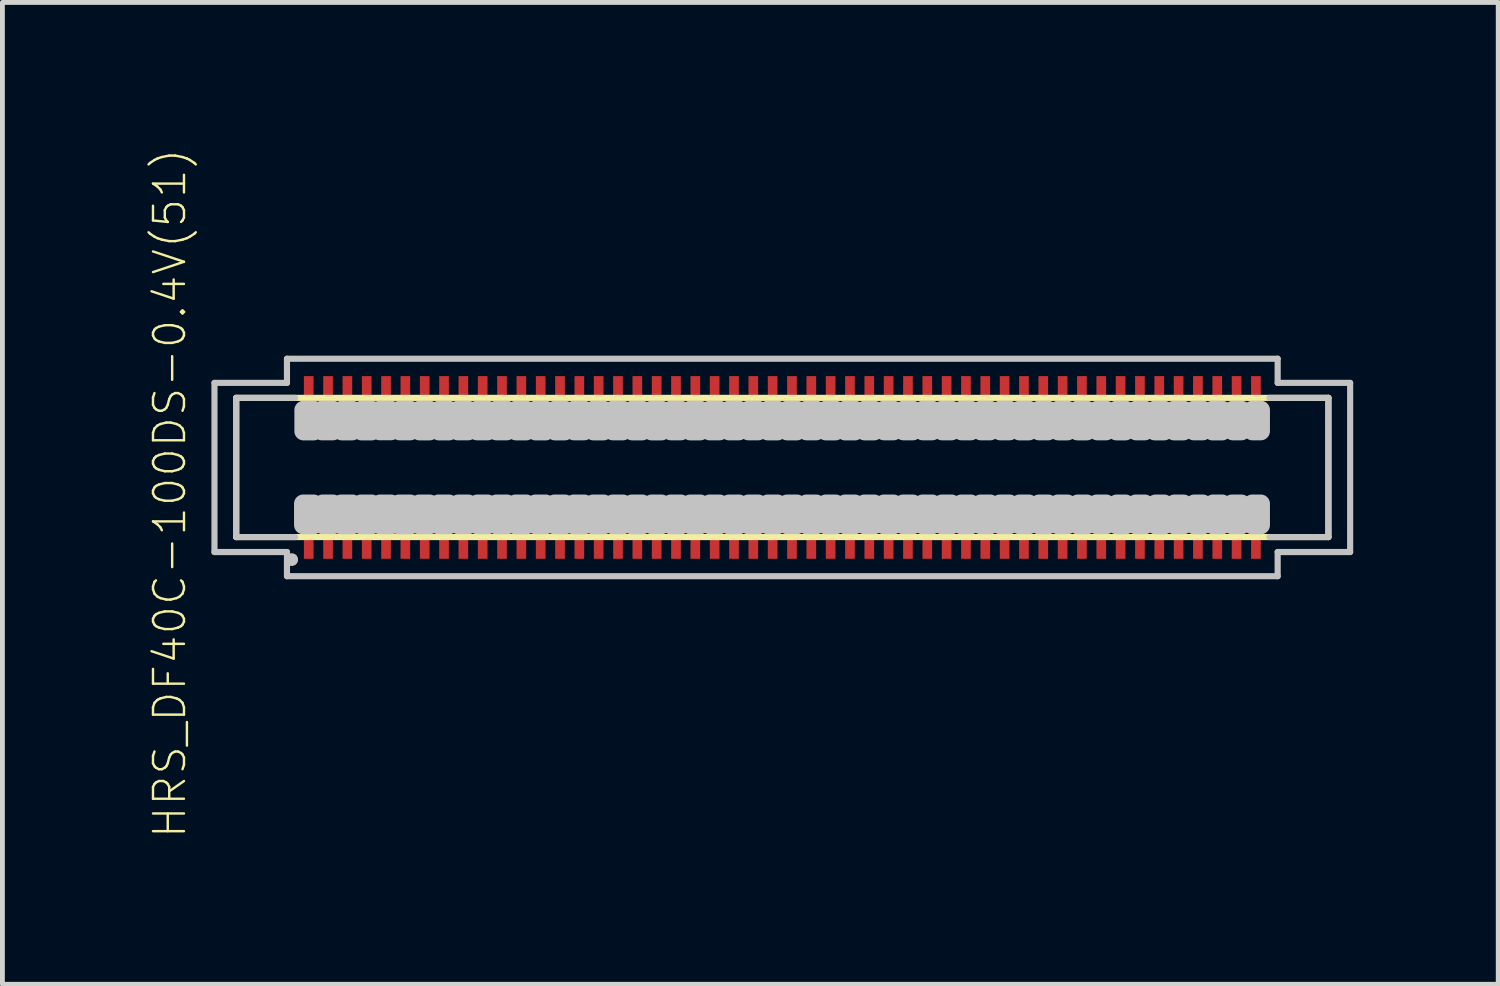
<source format=kicad_pcb>
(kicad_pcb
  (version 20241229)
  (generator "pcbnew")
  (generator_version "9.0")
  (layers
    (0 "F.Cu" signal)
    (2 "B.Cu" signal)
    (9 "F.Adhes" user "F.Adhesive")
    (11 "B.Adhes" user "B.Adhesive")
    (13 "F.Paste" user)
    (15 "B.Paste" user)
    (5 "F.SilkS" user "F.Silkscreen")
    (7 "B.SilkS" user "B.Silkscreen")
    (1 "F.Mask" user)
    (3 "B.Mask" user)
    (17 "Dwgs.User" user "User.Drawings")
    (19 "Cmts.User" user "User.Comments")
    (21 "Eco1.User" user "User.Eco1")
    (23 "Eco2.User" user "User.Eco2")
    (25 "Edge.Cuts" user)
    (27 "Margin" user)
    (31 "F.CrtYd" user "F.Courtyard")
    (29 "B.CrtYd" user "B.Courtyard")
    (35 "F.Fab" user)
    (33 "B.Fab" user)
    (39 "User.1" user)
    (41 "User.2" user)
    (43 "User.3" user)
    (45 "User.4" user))
  (footprint "HRS_DF40C-100DS-0.4V(51)"
    (layer "F.Cu")
    (at 13.138 6.623)
    (property "Reference" "HRS_DF40C-100DS-0.4V(51)" (at -12.675 0.536 90) (layer "F.SilkS") (effects (font (size 0.641 0.641) (thickness 0.05))))
    (attr smd)
    (fp_line (start -11.3 -1.44) (end 11.3 -1.44) (stroke (width 0.127) (type solid)) (layer "F.SilkS"))
    (fp_line (start -11.3 1.44) (end -11.3 -1.44) (stroke (width 0.127) (type solid)) (layer "F.SilkS"))
    (fp_line (start 11.3 -1.44) (end 11.3 1.44) (stroke (width 0.127) (type solid)) (layer "F.SilkS"))
    (fp_line (start 11.3 1.44) (end -11.3 1.44) (stroke (width 0.127) (type solid)) (layer "F.SilkS"))
    (fp_line (start -11.75 -1.75) (end -11.75 1.75) (stroke (width 0.127) (type solid)) (layer "Dwgs.User"))
    (fp_line (start -11.75 1.75) (end -10.25 1.75) (stroke (width 0.127) (type solid)) (layer "Dwgs.User"))
    (fp_line (start -11.3 -1.44) (end -10.08 -1.44) (stroke (width 0.127) (type solid)) (layer "Dwgs.User"))
    (fp_line (start -11.3 1.44) (end -11.3 -1.44) (stroke (width 0.127) (type solid)) (layer "Dwgs.User"))
    (fp_line (start -10.25 -2.25) (end -10.25 -1.75) (stroke (width 0.127) (type solid)) (layer "Dwgs.User"))
    (fp_line (start -10.25 -1.75) (end -11.75 -1.75) (stroke (width 0.127) (type solid)) (layer "Dwgs.User"))
    (fp_line (start -10.25 1.75) (end -10.25 2.25) (stroke (width 0.127) (type solid)) (layer "Dwgs.User"))
    (fp_line (start -10.25 2.25) (end 10.25 2.25) (stroke (width 0.127) (type solid)) (layer "Dwgs.User"))
    (fp_line (start -10.16 1.905) (end -10.149 1.905) (stroke (width 0.25) (type solid)) (layer "Dwgs.User"))
    (fp_line (start -10.149 1.905) (end -10.149 1.911) (stroke (width 0.25) (type solid)) (layer "Dwgs.User"))
    (fp_line (start -10.08 1.44) (end -11.3 1.44) (stroke (width 0.127) (type solid)) (layer "Dwgs.User"))
    (fp_line (start 10.08 -1.44) (end 11.3 -1.44) (stroke (width 0.127) (type solid)) (layer "Dwgs.User"))
    (fp_line (start 10.25 -2.25) (end -10.25 -2.25) (stroke (width 0.127) (type solid)) (layer "Dwgs.User"))
    (fp_line (start 10.25 -1.75) (end 10.25 -2.25) (stroke (width 0.127) (type solid)) (layer "Dwgs.User"))
    (fp_line (start 10.25 1.75) (end 11.75 1.75) (stroke (width 0.127) (type solid)) (layer "Dwgs.User"))
    (fp_line (start 10.25 2.25) (end 10.25 1.75) (stroke (width 0.127) (type solid)) (layer "Dwgs.User"))
    (fp_line (start 11.3 -1.44) (end 11.3 1.44) (stroke (width 0.127) (type solid)) (layer "Dwgs.User"))
    (fp_line (start 11.3 1.44) (end 10.08 1.44) (stroke (width 0.127) (type solid)) (layer "Dwgs.User"))
    (fp_line (start 11.75 -1.75) (end 10.25 -1.75) (stroke (width 0.127) (type solid)) (layer "Dwgs.User"))
    (fp_line (start 11.75 1.75) (end 11.75 -1.75) (stroke (width 0.127) (type solid)) (layer "Dwgs.User"))
    (fp_poly (pts (xy -9.906 -1.19) (xy -9.7 -1.19) (xy -9.7 -0.75) (xy -9.906 -0.75)) (stroke (width 0.381) (type solid)) (fill no) (layer "Dwgs.User"))
    (fp_poly (pts (xy -9.7 1.192) (xy -9.913 1.192) (xy -9.913 0.75) (xy -9.7 0.75)) (stroke (width 0.381) (type solid)) (fill no) (layer "Dwgs.User"))
    (fp_poly (pts (xy -9.527 -1.19) (xy -9.3 -1.19) (xy -9.3 -0.752) (xy -9.527 -0.752)) (stroke (width 0.381) (type solid)) (fill no) (layer "Dwgs.User"))
    (fp_poly (pts (xy -9.3 1.191) (xy -9.509 1.191) (xy -9.509 0.75) (xy -9.3 0.75)) (stroke (width 0.381) (type solid)) (fill no) (layer "Dwgs.User"))
    (fp_poly (pts (xy -9.114 -1.19) (xy -8.9 -1.19) (xy -8.9 -0.751) (xy -9.114 -0.751)) (stroke (width 0.381) (type solid)) (fill no) (layer "Dwgs.User"))
    (fp_poly (pts (xy -8.9 1.193) (xy -9.126 1.193) (xy -9.126 0.75) (xy -8.9 0.75)) (stroke (width 0.381) (type solid)) (fill no) (layer "Dwgs.User"))
    (fp_poly (pts (xy -8.705 -1.19) (xy -8.5 -1.19) (xy -8.5 -0.75) (xy -8.705 -0.75)) (stroke (width 0.381) (type solid)) (fill no) (layer "Dwgs.User"))
    (fp_poly (pts (xy -8.5 1.192) (xy -8.715 1.192) (xy -8.715 0.75) (xy -8.5 0.75)) (stroke (width 0.381) (type solid)) (fill no) (layer "Dwgs.User"))
    (fp_poly (pts (xy -8.329 -1.19) (xy -8.1 -1.19) (xy -8.1 -0.753) (xy -8.329 -0.753)) (stroke (width 0.381) (type solid)) (fill no) (layer "Dwgs.User"))
    (fp_poly (pts (xy -8.1 1.193) (xy -8.321 1.193) (xy -8.321 0.75) (xy -8.1 0.75)) (stroke (width 0.381) (type solid)) (fill no) (layer "Dwgs.User"))
    (fp_poly (pts (xy -7.918 -1.19) (xy -7.7 -1.19) (xy -7.7 -0.752) (xy -7.918 -0.752)) (stroke (width 0.381) (type solid)) (fill no) (layer "Dwgs.User"))
    (fp_poly (pts (xy -7.7 1.195) (xy -7.931 1.195) (xy -7.931 0.75) (xy -7.7 0.75)) (stroke (width 0.381) (type solid)) (fill no) (layer "Dwgs.User"))
    (fp_poly (pts (xy -7.507 -1.19) (xy -7.3 -1.19) (xy -7.3 -0.751) (xy -7.507 -0.751)) (stroke (width 0.381) (type solid)) (fill no) (layer "Dwgs.User"))
    (fp_poly (pts (xy -7.3 1.192) (xy -7.513 1.192) (xy -7.513 0.75) (xy -7.3 0.75)) (stroke (width 0.381) (type solid)) (fill no) (layer "Dwgs.User"))
    (fp_poly (pts (xy -7.103 -1.19) (xy -6.9 -1.19) (xy -6.9 -0.75) (xy -7.103 -0.75)) (stroke (width 0.381) (type solid)) (fill no) (layer "Dwgs.User"))
    (fp_poly (pts (xy -6.9 1.192) (xy -7.114 1.192) (xy -7.114 0.75) (xy -6.9 0.75)) (stroke (width 0.381) (type solid)) (fill no) (layer "Dwgs.User"))
    (fp_poly (pts (xy -6.714 -1.19) (xy -6.5 -1.19) (xy -6.5 -0.752) (xy -6.714 -0.752)) (stroke (width 0.381) (type solid)) (fill no) (layer "Dwgs.User"))
    (fp_poly (pts (xy -6.5 1.191) (xy -6.703 1.191) (xy -6.703 0.75) (xy -6.5 0.75)) (stroke (width 0.381) (type solid)) (fill no) (layer "Dwgs.User"))
    (fp_poly (pts (xy -6.318 -1.19) (xy -6.1 -1.19) (xy -6.1 -0.752) (xy -6.318 -0.752)) (stroke (width 0.381) (type solid)) (fill no) (layer "Dwgs.User"))
    (fp_poly (pts (xy -6.1 1.192) (xy -6.309 1.192) (xy -6.309 0.75) (xy -6.1 0.75)) (stroke (width 0.381) (type solid)) (fill no) (layer "Dwgs.User"))
    (fp_poly (pts (xy -5.918 -1.19) (xy -5.7 -1.19) (xy -5.7 -0.752) (xy -5.918 -0.752)) (stroke (width 0.381) (type solid)) (fill no) (layer "Dwgs.User"))
    (fp_poly (pts (xy -5.7 1.193) (xy -5.914 1.193) (xy -5.914 0.75) (xy -5.7 0.75)) (stroke (width 0.381) (type solid)) (fill no) (layer "Dwgs.User"))
    (fp_poly (pts (xy -5.51 -1.19) (xy -5.3 -1.19) (xy -5.3 -0.751) (xy -5.51 -0.751)) (stroke (width 0.381) (type solid)) (fill no) (layer "Dwgs.User"))
    (fp_poly (pts (xy -5.3 1.194) (xy -5.518 1.194) (xy -5.518 0.75) (xy -5.3 0.75)) (stroke (width 0.381) (type solid)) (fill no) (layer "Dwgs.User"))
    (fp_poly (pts (xy -5.103 -1.19) (xy -4.9 -1.19) (xy -4.9 -0.75) (xy -5.103 -0.75)) (stroke (width 0.381) (type solid)) (fill no) (layer "Dwgs.User"))
    (fp_poly (pts (xy -4.9 1.192) (xy -5.107 1.192) (xy -5.107 0.75) (xy -4.9 0.75)) (stroke (width 0.381) (type solid)) (fill no) (layer "Dwgs.User"))
    (fp_poly (pts (xy -4.704 -1.19) (xy -4.5 -1.19) (xy -4.5 -0.751) (xy -4.704 -0.751)) (stroke (width 0.381) (type solid)) (fill no) (layer "Dwgs.User"))
    (fp_poly (pts (xy -4.5 1.193) (xy -4.713 1.193) (xy -4.713 0.75) (xy -4.5 0.75)) (stroke (width 0.381) (type solid)) (fill no) (layer "Dwgs.User"))
    (fp_poly (pts (xy -4.309 -1.19) (xy -4.1 -1.19) (xy -4.1 -0.752) (xy -4.309 -0.752)) (stroke (width 0.381) (type solid)) (fill no) (layer "Dwgs.User"))
    (fp_poly (pts (xy -4.1 1.194) (xy -4.314 1.194) (xy -4.314 0.75) (xy -4.1 0.75)) (stroke (width 0.381) (type solid)) (fill no) (layer "Dwgs.User"))
    (fp_poly (pts (xy -3.908 -1.19) (xy -3.7 -1.19) (xy -3.7 -0.751) (xy -3.908 -0.751)) (stroke (width 0.381) (type solid)) (fill no) (layer "Dwgs.User"))
    (fp_poly (pts (xy -3.7 1.194) (xy -3.914 1.194) (xy -3.914 0.75) (xy -3.7 0.75)) (stroke (width 0.381) (type solid)) (fill no) (layer "Dwgs.User"))
    (fp_poly (pts (xy -3.508 -1.19) (xy -3.3 -1.19) (xy -3.3 -0.752) (xy -3.508 -0.752)) (stroke (width 0.381) (type solid)) (fill no) (layer "Dwgs.User"))
    (fp_poly (pts (xy -3.3 1.192) (xy -3.506 1.192) (xy -3.506 0.75) (xy -3.3 0.75)) (stroke (width 0.381) (type solid)) (fill no) (layer "Dwgs.User"))
    (fp_poly (pts (xy -3.105 -1.19) (xy -2.9 -1.19) (xy -2.9 -0.751) (xy -3.105 -0.751)) (stroke (width 0.381) (type solid)) (fill no) (layer "Dwgs.User"))
    (fp_poly (pts (xy -2.9 1.194) (xy -3.109 1.194) (xy -3.109 0.75) (xy -2.9 0.75)) (stroke (width 0.381) (type solid)) (fill no) (layer "Dwgs.User"))
    (fp_poly (pts (xy -2.705 -1.19) (xy -2.5 -1.19) (xy -2.5 -0.751) (xy -2.705 -0.751)) (stroke (width 0.381) (type solid)) (fill no) (layer "Dwgs.User"))
    (fp_poly (pts (xy -2.5 1.19) (xy -2.701 1.19) (xy -2.701 0.75) (xy -2.5 0.75)) (stroke (width 0.381) (type solid)) (fill no) (layer "Dwgs.User"))
    (fp_poly (pts (xy -2.305 -1.19) (xy -2.1 -1.19) (xy -2.1 -0.752) (xy -2.305 -0.752)) (stroke (width 0.381) (type solid)) (fill no) (layer "Dwgs.User"))
    (fp_poly (pts (xy -2.1 1.193) (xy -2.307 1.193) (xy -2.307 0.75) (xy -2.1 0.75)) (stroke (width 0.381) (type solid)) (fill no) (layer "Dwgs.User"))
    (fp_poly (pts (xy -1.904 -1.19) (xy -1.7 -1.19) (xy -1.7 -0.751) (xy -1.904 -0.751)) (stroke (width 0.381) (type solid)) (fill no) (layer "Dwgs.User"))
    (fp_poly (pts (xy -1.7 1.192) (xy -1.903 1.192) (xy -1.903 0.75) (xy -1.7 0.75)) (stroke (width 0.381) (type solid)) (fill no) (layer "Dwgs.User"))
    (fp_poly (pts (xy -1.504 -1.19) (xy -1.3 -1.19) (xy -1.3 -0.752) (xy -1.504 -0.752)) (stroke (width 0.381) (type solid)) (fill no) (layer "Dwgs.User"))
    (fp_poly (pts (xy -1.3 1.191) (xy -1.502 1.191) (xy -1.502 0.75) (xy -1.3 0.75)) (stroke (width 0.381) (type solid)) (fill no) (layer "Dwgs.User"))
    (fp_poly (pts (xy -1.102 -1.19) (xy -0.9 -1.19) (xy -0.9 -0.752) (xy -1.102 -0.752)) (stroke (width 0.381) (type solid)) (fill no) (layer "Dwgs.User"))
    (fp_poly (pts (xy -0.9 1.193) (xy -1.103 1.193) (xy -1.103 0.75) (xy -0.9 0.75)) (stroke (width 0.381) (type solid)) (fill no) (layer "Dwgs.User"))
    (fp_poly (pts (xy -0.701 -1.19) (xy -0.5 -1.19) (xy -0.5 -0.752) (xy -0.701 -0.752)) (stroke (width 0.381) (type solid)) (fill no) (layer "Dwgs.User"))
    (fp_poly (pts (xy -0.5 1.192) (xy -0.701 1.192) (xy -0.701 0.75) (xy -0.5 0.75)) (stroke (width 0.381) (type solid)) (fill no) (layer "Dwgs.User"))
    (fp_poly (pts (xy -0.301 -1.19) (xy -0.1 -1.19) (xy -0.1 -0.751) (xy -0.301 -0.751)) (stroke (width 0.381) (type solid)) (fill no) (layer "Dwgs.User"))
    (fp_poly (pts (xy -0.1 1.191) (xy -0.3 1.191) (xy -0.3 0.75) (xy -0.1 0.75)) (stroke (width 0.381) (type solid)) (fill no) (layer "Dwgs.User"))
    (fp_poly (pts (xy 0.1 -1.19) (xy 0.3 -1.19) (xy 0.3 -0.751) (xy 0.1 -0.751)) (stroke (width 0.381) (type solid)) (fill no) (layer "Dwgs.User"))
    (fp_poly (pts (xy 0.3 1.191) (xy 0.1 1.191) (xy 0.1 0.75) (xy 0.3 0.75)) (stroke (width 0.381) (type solid)) (fill no) (layer "Dwgs.User"))
    (fp_poly (pts (xy 0.501 -1.19) (xy 0.7 -1.19) (xy 0.7 -0.752) (xy 0.501 -0.752)) (stroke (width 0.381) (type solid)) (fill no) (layer "Dwgs.User"))
    (fp_poly (pts (xy 0.7 1.192) (xy 0.501 1.192) (xy 0.501 0.75) (xy 0.7 0.75)) (stroke (width 0.381) (type solid)) (fill no) (layer "Dwgs.User"))
    (fp_poly (pts (xy 0.901 -1.19) (xy 1.1 -1.19) (xy 1.1 -0.751) (xy 0.901 -0.751)) (stroke (width 0.381) (type solid)) (fill no) (layer "Dwgs.User"))
    (fp_poly (pts (xy 1.1 1.193) (xy 0.902 1.193) (xy 0.902 0.75) (xy 1.1 0.75)) (stroke (width 0.381) (type solid)) (fill no) (layer "Dwgs.User"))
    (fp_poly (pts (xy 1.301 -1.19) (xy 1.5 -1.19) (xy 1.5 -0.75) (xy 1.301 -0.75)) (stroke (width 0.381) (type solid)) (fill no) (layer "Dwgs.User"))
    (fp_poly (pts (xy 1.5 1.19) (xy 1.301 1.19) (xy 1.301 0.75) (xy 1.5 0.75)) (stroke (width 0.381) (type solid)) (fill no) (layer "Dwgs.User"))
    (fp_poly (pts (xy 1.703 -1.19) (xy 1.9 -1.19) (xy 1.9 -0.751) (xy 1.703 -0.751)) (stroke (width 0.381) (type solid)) (fill no) (layer "Dwgs.User"))
    (fp_poly (pts (xy 1.9 1.191) (xy 1.701 1.191) (xy 1.701 0.75) (xy 1.9 0.75)) (stroke (width 0.381) (type solid)) (fill no) (layer "Dwgs.User"))
    (fp_poly (pts (xy 2.105 -1.19) (xy 2.3 -1.19) (xy 2.3 -0.752) (xy 2.105 -0.752)) (stroke (width 0.381) (type solid)) (fill no) (layer "Dwgs.User"))
    (fp_poly (pts (xy 2.3 1.192) (xy 2.104 1.192) (xy 2.104 0.75) (xy 2.3 0.75)) (stroke (width 0.381) (type solid)) (fill no) (layer "Dwgs.User"))
    (fp_poly (pts (xy 2.507 -1.19) (xy 2.7 -1.19) (xy 2.7 -0.752) (xy 2.507 -0.752)) (stroke (width 0.381) (type solid)) (fill no) (layer "Dwgs.User"))
    (fp_poly (pts (xy 2.7 1.191) (xy 2.502 1.191) (xy 2.502 0.75) (xy 2.7 0.75)) (stroke (width 0.381) (type solid)) (fill no) (layer "Dwgs.User"))
    (fp_poly (pts (xy 2.907 -1.19) (xy 3.1 -1.19) (xy 3.1 -0.752) (xy 2.907 -0.752)) (stroke (width 0.381) (type solid)) (fill no) (layer "Dwgs.User"))
    (fp_poly (pts (xy 3.1 1.192) (xy 2.905 1.192) (xy 2.905 0.75) (xy 3.1 0.75)) (stroke (width 0.381) (type solid)) (fill no) (layer "Dwgs.User"))
    (fp_poly (pts (xy 3.308 -1.19) (xy 3.5 -1.19) (xy 3.5 -0.752) (xy 3.308 -0.752)) (stroke (width 0.381) (type solid)) (fill no) (layer "Dwgs.User"))
    (fp_poly (pts (xy 3.5 1.191) (xy 3.303 1.191) (xy 3.303 0.75) (xy 3.5 0.75)) (stroke (width 0.381) (type solid)) (fill no) (layer "Dwgs.User"))
    (fp_poly (pts (xy 3.709 -1.19) (xy 3.9 -1.19) (xy 3.9 -0.752) (xy 3.709 -0.752)) (stroke (width 0.381) (type solid)) (fill no) (layer "Dwgs.User"))
    (fp_poly (pts (xy 3.9 1.192) (xy 3.706 1.192) (xy 3.706 0.75) (xy 3.9 0.75)) (stroke (width 0.381) (type solid)) (fill no) (layer "Dwgs.User"))
    (fp_poly (pts (xy 4.109 -1.19) (xy 4.3 -1.19) (xy 4.3 -0.752) (xy 4.109 -0.752)) (stroke (width 0.381) (type solid)) (fill no) (layer "Dwgs.User"))
    (fp_poly (pts (xy 4.3 1.192) (xy 4.106 1.192) (xy 4.106 0.75) (xy 4.3 0.75)) (stroke (width 0.381) (type solid)) (fill no) (layer "Dwgs.User"))
    (fp_poly (pts (xy 4.51 -1.19) (xy 4.7 -1.19) (xy 4.7 -0.752) (xy 4.51 -0.752)) (stroke (width 0.381) (type solid)) (fill no) (layer "Dwgs.User"))
    (fp_poly (pts (xy 4.7 1.19) (xy 4.502 1.19) (xy 4.502 0.75) (xy 4.7 0.75)) (stroke (width 0.381) (type solid)) (fill no) (layer "Dwgs.User"))
    (fp_poly (pts (xy 4.907 -1.19) (xy 5.1 -1.19) (xy 5.1 -0.751) (xy 4.907 -0.751)) (stroke (width 0.381) (type solid)) (fill no) (layer "Dwgs.User"))
    (fp_poly (pts (xy 5.1 1.192) (xy 4.909 1.192) (xy 4.909 0.75) (xy 5.1 0.75)) (stroke (width 0.381) (type solid)) (fill no) (layer "Dwgs.User"))
    (fp_poly (pts (xy 5.311 -1.19) (xy 5.5 -1.19) (xy 5.5 -0.752) (xy 5.311 -0.752)) (stroke (width 0.381) (type solid)) (fill no) (layer "Dwgs.User"))
    (fp_poly (pts (xy 5.5 1.193) (xy 5.313 1.193) (xy 5.313 0.75) (xy 5.5 0.75)) (stroke (width 0.381) (type solid)) (fill no) (layer "Dwgs.User"))
    (fp_poly (pts (xy 5.71 -1.19) (xy 5.9 -1.19) (xy 5.9 -0.751) (xy 5.71 -0.751)) (stroke (width 0.381) (type solid)) (fill no) (layer "Dwgs.User"))
    (fp_poly (pts (xy 5.9 1.191) (xy 5.703 1.191) (xy 5.703 0.75) (xy 5.9 0.75)) (stroke (width 0.381) (type solid)) (fill no) (layer "Dwgs.User"))
    (fp_poly (pts (xy 6.107 -1.19) (xy 6.3 -1.19) (xy 6.3 -0.751) (xy 6.107 -0.751)) (stroke (width 0.381) (type solid)) (fill no) (layer "Dwgs.User"))
    (fp_poly (pts (xy 6.3 1.193) (xy 6.114 1.193) (xy 6.114 0.75) (xy 6.3 0.75)) (stroke (width 0.381) (type solid)) (fill no) (layer "Dwgs.User"))
    (fp_poly (pts (xy 6.518 -1.19) (xy 6.7 -1.19) (xy 6.7 -0.752) (xy 6.518 -0.752)) (stroke (width 0.381) (type solid)) (fill no) (layer "Dwgs.User"))
    (fp_poly (pts (xy 6.7 1.191) (xy 6.506 1.191) (xy 6.506 0.75) (xy 6.7 0.75)) (stroke (width 0.381) (type solid)) (fill no) (layer "Dwgs.User"))
    (fp_poly (pts (xy 6.914 -1.19) (xy 7.1 -1.19) (xy 7.1 -0.751) (xy 6.914 -0.751)) (stroke (width 0.381) (type solid)) (fill no) (layer "Dwgs.User"))
    (fp_poly (pts (xy 7.1 1.194) (xy 6.921 1.194) (xy 6.921 0.75) (xy 7.1 0.75)) (stroke (width 0.381) (type solid)) (fill no) (layer "Dwgs.User"))
    (fp_poly (pts (xy 7.321 -1.19) (xy 7.5 -1.19) (xy 7.5 -0.752) (xy 7.321 -0.752)) (stroke (width 0.381) (type solid)) (fill no) (layer "Dwgs.User"))
    (fp_poly (pts (xy 7.5 1.192) (xy 7.314 1.192) (xy 7.314 0.75) (xy 7.5 0.75)) (stroke (width 0.381) (type solid)) (fill no) (layer "Dwgs.User"))
    (fp_poly (pts (xy 7.707 -1.19) (xy 7.9 -1.19) (xy 7.9 -0.751) (xy 7.707 -0.751)) (stroke (width 0.381) (type solid)) (fill no) (layer "Dwgs.User"))
    (fp_poly (pts (xy 7.9 1.194) (xy 7.724 1.194) (xy 7.724 0.75) (xy 7.9 0.75)) (stroke (width 0.381) (type solid)) (fill no) (layer "Dwgs.User"))
    (fp_poly (pts (xy 8.107 -1.19) (xy 8.3 -1.19) (xy 8.3 -0.751) (xy 8.107 -0.751)) (stroke (width 0.381) (type solid)) (fill no) (layer "Dwgs.User"))
    (fp_poly (pts (xy 8.3 1.192) (xy 8.115 1.192) (xy 8.115 0.75) (xy 8.3 0.75)) (stroke (width 0.381) (type solid)) (fill no) (layer "Dwgs.User"))
    (fp_poly (pts (xy 8.517 -1.19) (xy 8.7 -1.19) (xy 8.7 -0.752) (xy 8.517 -0.752)) (stroke (width 0.381) (type solid)) (fill no) (layer "Dwgs.User"))
    (fp_poly (pts (xy 8.7 1.194) (xy 8.526 1.194) (xy 8.526 0.75) (xy 8.7 0.75)) (stroke (width 0.381) (type solid)) (fill no) (layer "Dwgs.User"))
    (fp_poly (pts (xy 8.904 -1.19) (xy 9.1 -1.19) (xy 9.1 -0.75) (xy 8.904 -0.75)) (stroke (width 0.381) (type solid)) (fill no) (layer "Dwgs.User"))
    (fp_poly (pts (xy 9.1 1.192) (xy 8.914 1.192) (xy 8.914 0.75) (xy 9.1 0.75)) (stroke (width 0.381) (type solid)) (fill no) (layer "Dwgs.User"))
    (fp_poly (pts (xy 9.324 -1.19) (xy 9.5 -1.19) (xy 9.5 -0.752) (xy 9.324 -0.752)) (stroke (width 0.381) (type solid)) (fill no) (layer "Dwgs.User"))
    (fp_poly (pts (xy 9.5 1.191) (xy 9.305 1.191) (xy 9.305 0.75) (xy 9.5 0.75)) (stroke (width 0.381) (type solid)) (fill no) (layer "Dwgs.User"))
    (fp_poly (pts (xy 9.728 -1.19) (xy 9.9 -1.19) (xy 9.9 -0.752) (xy 9.728 -0.752)) (stroke (width 0.381) (type solid)) (fill no) (layer "Dwgs.User"))
    (fp_poly (pts (xy 9.9 1.193) (xy 9.725 1.193) (xy 9.725 0.75) (xy 9.9 0.75)) (stroke (width 0.381) (type solid)) (fill no) (layer "Dwgs.User"))
    (pad "1" smd rect (at -9.8 -1.54 180) (size 0.2 0.7) (layers "F.Cu" "F.Mask" "F.Paste"))
    (pad "2" smd rect (at -9.8 1.54) (size 0.2 0.7) (layers "F.Cu" "F.Mask" "F.Paste"))
    (pad "3" smd rect (at -9.4 -1.54 180) (size 0.2 0.7) (layers "F.Cu" "F.Mask" "F.Paste"))
    (pad "4" smd rect (at -9.4 1.54) (size 0.2 0.7) (layers "F.Cu" "F.Mask" "F.Paste"))
    (pad "5" smd rect (at -9 -1.54 180) (size 0.2 0.7) (layers "F.Cu" "F.Mask" "F.Paste"))
    (pad "6" smd rect (at -9 1.54) (size 0.2 0.7) (layers "F.Cu" "F.Mask" "F.Paste"))
    (pad "7" smd rect (at -8.6 -1.54 180) (size 0.2 0.7) (layers "F.Cu" "F.Mask" "F.Paste"))
    (pad "8" smd rect (at -8.6 1.54) (size 0.2 0.7) (layers "F.Cu" "F.Mask" "F.Paste"))
    (pad "9" smd rect (at -8.2 -1.54 180) (size 0.2 0.7) (layers "F.Cu" "F.Mask" "F.Paste"))
    (pad "10" smd rect (at -8.2 1.54) (size 0.2 0.7) (layers "F.Cu" "F.Mask" "F.Paste"))
    (pad "11" smd rect (at -7.8 -1.54 180) (size 0.2 0.7) (layers "F.Cu" "F.Mask" "F.Paste"))
    (pad "12" smd rect (at -7.8 1.54) (size 0.2 0.7) (layers "F.Cu" "F.Mask" "F.Paste"))
    (pad "13" smd rect (at -7.4 -1.54 180) (size 0.2 0.7) (layers "F.Cu" "F.Mask" "F.Paste"))
    (pad "14" smd rect (at -7.4 1.54) (size 0.2 0.7) (layers "F.Cu" "F.Mask" "F.Paste"))
    (pad "15" smd rect (at -7 -1.54 180) (size 0.2 0.7) (layers "F.Cu" "F.Mask" "F.Paste"))
    (pad "16" smd rect (at -7 1.54) (size 0.2 0.7) (layers "F.Cu" "F.Mask" "F.Paste"))
    (pad "17" smd rect (at -6.6 -1.54 180) (size 0.2 0.7) (layers "F.Cu" "F.Mask" "F.Paste"))
    (pad "18" smd rect (at -6.6 1.54) (size 0.2 0.7) (layers "F.Cu" "F.Mask" "F.Paste"))
    (pad "19" smd rect (at -6.2 -1.54 180) (size 0.2 0.7) (layers "F.Cu" "F.Mask" "F.Paste"))
    (pad "20" smd rect (at -6.2 1.54) (size 0.2 0.7) (layers "F.Cu" "F.Mask" "F.Paste"))
    (pad "21" smd rect (at -5.8 -1.54 180) (size 0.2 0.7) (layers "F.Cu" "F.Mask" "F.Paste"))
    (pad "22" smd rect (at -5.8 1.54) (size 0.2 0.7) (layers "F.Cu" "F.Mask" "F.Paste"))
    (pad "23" smd rect (at -5.4 -1.54 180) (size 0.2 0.7) (layers "F.Cu" "F.Mask" "F.Paste"))
    (pad "24" smd rect (at -5.4 1.54) (size 0.2 0.7) (layers "F.Cu" "F.Mask" "F.Paste"))
    (pad "25" smd rect (at -5 -1.54 180) (size 0.2 0.7) (layers "F.Cu" "F.Mask" "F.Paste"))
    (pad "26" smd rect (at -5 1.54) (size 0.2 0.7) (layers "F.Cu" "F.Mask" "F.Paste"))
    (pad "27" smd rect (at -4.6 -1.54 180) (size 0.2 0.7) (layers "F.Cu" "F.Mask" "F.Paste"))
    (pad "28" smd rect (at -4.6 1.54) (size 0.2 0.7) (layers "F.Cu" "F.Mask" "F.Paste"))
    (pad "29" smd rect (at -4.2 -1.54 180) (size 0.2 0.7) (layers "F.Cu" "F.Mask" "F.Paste"))
    (pad "30" smd rect (at -4.2 1.54) (size 0.2 0.7) (layers "F.Cu" "F.Mask" "F.Paste"))
    (pad "31" smd rect (at -3.8 -1.54 180) (size 0.2 0.7) (layers "F.Cu" "F.Mask" "F.Paste"))
    (pad "32" smd rect (at -3.8 1.54) (size 0.2 0.7) (layers "F.Cu" "F.Mask" "F.Paste"))
    (pad "33" smd rect (at -3.4 -1.54 180) (size 0.2 0.7) (layers "F.Cu" "F.Mask" "F.Paste"))
    (pad "34" smd rect (at -3.4 1.54) (size 0.2 0.7) (layers "F.Cu" "F.Mask" "F.Paste"))
    (pad "35" smd rect (at -3 -1.54 180) (size 0.2 0.7) (layers "F.Cu" "F.Mask" "F.Paste"))
    (pad "36" smd rect (at -3 1.54) (size 0.2 0.7) (layers "F.Cu" "F.Mask" "F.Paste"))
    (pad "37" smd rect (at -2.6 -1.54 180) (size 0.2 0.7) (layers "F.Cu" "F.Mask" "F.Paste"))
    (pad "38" smd rect (at -2.6 1.54) (size 0.2 0.7) (layers "F.Cu" "F.Mask" "F.Paste"))
    (pad "39" smd rect (at -2.2 -1.54 180) (size 0.2 0.7) (layers "F.Cu" "F.Mask" "F.Paste"))
    (pad "40" smd rect (at -2.2 1.54) (size 0.2 0.7) (layers "F.Cu" "F.Mask" "F.Paste"))
    (pad "41" smd rect (at -1.8 -1.54 180) (size 0.2 0.7) (layers "F.Cu" "F.Mask" "F.Paste"))
    (pad "42" smd rect (at -1.8 1.54) (size 0.2 0.7) (layers "F.Cu" "F.Mask" "F.Paste"))
    (pad "43" smd rect (at -1.4 -1.54 180) (size 0.2 0.7) (layers "F.Cu" "F.Mask" "F.Paste"))
    (pad "44" smd rect (at -1.4 1.54) (size 0.2 0.7) (layers "F.Cu" "F.Mask" "F.Paste"))
    (pad "45" smd rect (at -1 -1.54 180) (size 0.2 0.7) (layers "F.Cu" "F.Mask" "F.Paste"))
    (pad "46" smd rect (at -1 1.54) (size 0.2 0.7) (layers "F.Cu" "F.Mask" "F.Paste"))
    (pad "47" smd rect (at -0.6 -1.54 180) (size 0.2 0.7) (layers "F.Cu" "F.Mask" "F.Paste"))
    (pad "48" smd rect (at -0.6 1.54) (size 0.2 0.7) (layers "F.Cu" "F.Mask" "F.Paste"))
    (pad "49" smd rect (at -0.2 -1.54 180) (size 0.2 0.7) (layers "F.Cu" "F.Mask" "F.Paste"))
    (pad "50" smd rect (at -0.2 1.54) (size 0.2 0.7) (layers "F.Cu" "F.Mask" "F.Paste"))
    (pad "51" smd rect (at 0.2 -1.54 180) (size 0.2 0.7) (layers "F.Cu" "F.Mask" "F.Paste"))
    (pad "52" smd rect (at 0.2 1.54) (size 0.2 0.7) (layers "F.Cu" "F.Mask" "F.Paste"))
    (pad "53" smd rect (at 0.6 -1.54 180) (size 0.2 0.7) (layers "F.Cu" "F.Mask" "F.Paste"))
    (pad "54" smd rect (at 0.6 1.54) (size 0.2 0.7) (layers "F.Cu" "F.Mask" "F.Paste"))
    (pad "55" smd rect (at 1 -1.54 180) (size 0.2 0.7) (layers "F.Cu" "F.Mask" "F.Paste"))
    (pad "56" smd rect (at 1 1.54) (size 0.2 0.7) (layers "F.Cu" "F.Mask" "F.Paste"))
    (pad "57" smd rect (at 1.4 -1.54 180) (size 0.2 0.7) (layers "F.Cu" "F.Mask" "F.Paste"))
    (pad "58" smd rect (at 1.4 1.54) (size 0.2 0.7) (layers "F.Cu" "F.Mask" "F.Paste"))
    (pad "59" smd rect (at 1.8 -1.54 180) (size 0.2 0.7) (layers "F.Cu" "F.Mask" "F.Paste"))
    (pad "60" smd rect (at 1.8 1.54) (size 0.2 0.7) (layers "F.Cu" "F.Mask" "F.Paste"))
    (pad "61" smd rect (at 2.2 -1.54 180) (size 0.2 0.7) (layers "F.Cu" "F.Mask" "F.Paste"))
    (pad "62" smd rect (at 2.2 1.54) (size 0.2 0.7) (layers "F.Cu" "F.Mask" "F.Paste"))
    (pad "63" smd rect (at 2.6 -1.54 180) (size 0.2 0.7) (layers "F.Cu" "F.Mask" "F.Paste"))
    (pad "64" smd rect (at 2.6 1.54) (size 0.2 0.7) (layers "F.Cu" "F.Mask" "F.Paste"))
    (pad "65" smd rect (at 3 -1.54 180) (size 0.2 0.7) (layers "F.Cu" "F.Mask" "F.Paste"))
    (pad "66" smd rect (at 3 1.54) (size 0.2 0.7) (layers "F.Cu" "F.Mask" "F.Paste"))
    (pad "67" smd rect (at 3.4 -1.54 180) (size 0.2 0.7) (layers "F.Cu" "F.Mask" "F.Paste"))
    (pad "68" smd rect (at 3.4 1.54) (size 0.2 0.7) (layers "F.Cu" "F.Mask" "F.Paste"))
    (pad "69" smd rect (at 3.8 -1.54 180) (size 0.2 0.7) (layers "F.Cu" "F.Mask" "F.Paste"))
    (pad "70" smd rect (at 3.8 1.54) (size 0.2 0.7) (layers "F.Cu" "F.Mask" "F.Paste"))
    (pad "71" smd rect (at 4.2 -1.54 180) (size 0.2 0.7) (layers "F.Cu" "F.Mask" "F.Paste"))
    (pad "72" smd rect (at 4.2 1.54) (size 0.2 0.7) (layers "F.Cu" "F.Mask" "F.Paste"))
    (pad "73" smd rect (at 4.6 -1.54 180) (size 0.2 0.7) (layers "F.Cu" "F.Mask" "F.Paste"))
    (pad "74" smd rect (at 4.6 1.54) (size 0.2 0.7) (layers "F.Cu" "F.Mask" "F.Paste"))
    (pad "75" smd rect (at 5 -1.54 180) (size 0.2 0.7) (layers "F.Cu" "F.Mask" "F.Paste"))
    (pad "76" smd rect (at 5 1.54) (size 0.2 0.7) (layers "F.Cu" "F.Mask" "F.Paste"))
    (pad "77" smd rect (at 5.4 -1.54 180) (size 0.2 0.7) (layers "F.Cu" "F.Mask" "F.Paste"))
    (pad "78" smd rect (at 5.4 1.54) (size 0.2 0.7) (layers "F.Cu" "F.Mask" "F.Paste"))
    (pad "79" smd rect (at 5.8 -1.54 180) (size 0.2 0.7) (layers "F.Cu" "F.Mask" "F.Paste"))
    (pad "80" smd rect (at 5.8 1.54) (size 0.2 0.7) (layers "F.Cu" "F.Mask" "F.Paste"))
    (pad "81" smd rect (at 6.2 -1.54 180) (size 0.2 0.7) (layers "F.Cu" "F.Mask" "F.Paste"))
    (pad "82" smd rect (at 6.2 1.54) (size 0.2 0.7) (layers "F.Cu" "F.Mask" "F.Paste"))
    (pad "83" smd rect (at 6.6 -1.54 180) (size 0.2 0.7) (layers "F.Cu" "F.Mask" "F.Paste"))
    (pad "84" smd rect (at 6.6 1.54) (size 0.2 0.7) (layers "F.Cu" "F.Mask" "F.Paste"))
    (pad "85" smd rect (at 7 -1.54 180) (size 0.2 0.7) (layers "F.Cu" "F.Mask" "F.Paste"))
    (pad "86" smd rect (at 7 1.54) (size 0.2 0.7) (layers "F.Cu" "F.Mask" "F.Paste"))
    (pad "87" smd rect (at 7.4 -1.54 180) (size 0.2 0.7) (layers "F.Cu" "F.Mask" "F.Paste"))
    (pad "88" smd rect (at 7.4 1.54) (size 0.2 0.7) (layers "F.Cu" "F.Mask" "F.Paste"))
    (pad "89" smd rect (at 7.8 -1.54 180) (size 0.2 0.7) (layers "F.Cu" "F.Mask" "F.Paste"))
    (pad "90" smd rect (at 7.8 1.54) (size 0.2 0.7) (layers "F.Cu" "F.Mask" "F.Paste"))
    (pad "91" smd rect (at 8.2 -1.54 180) (size 0.2 0.7) (layers "F.Cu" "F.Mask" "F.Paste"))
    (pad "92" smd rect (at 8.2 1.54) (size 0.2 0.7) (layers "F.Cu" "F.Mask" "F.Paste"))
    (pad "93" smd rect (at 8.6 -1.54 180) (size 0.2 0.7) (layers "F.Cu" "F.Mask" "F.Paste"))
    (pad "94" smd rect (at 8.6 1.54) (size 0.2 0.7) (layers "F.Cu" "F.Mask" "F.Paste"))
    (pad "95" smd rect (at 9 -1.54 180) (size 0.2 0.7) (layers "F.Cu" "F.Mask" "F.Paste"))
    (pad "96" smd rect (at 9 1.54) (size 0.2 0.7) (layers "F.Cu" "F.Mask" "F.Paste"))
    (pad "97" smd rect (at 9.4 -1.54 180) (size 0.2 0.7) (layers "F.Cu" "F.Mask" "F.Paste"))
    (pad "98" smd rect (at 9.4 1.54) (size 0.2 0.7) (layers "F.Cu" "F.Mask" "F.Paste"))
    (pad "99" smd rect (at 9.8 -1.54 180) (size 0.2 0.7) (layers "F.Cu" "F.Mask" "F.Paste"))
    (pad "100" smd rect (at 9.8 1.54) (size 0.2 0.7) (layers "F.Cu" "F.Mask" "F.Paste")))
  (gr_rect
    (start -3 -3)
    (end 27.952 17.317)
    (stroke (width 0.1) (type default))
    (fill no)
    (layer "Edge.Cuts")))
</source>
